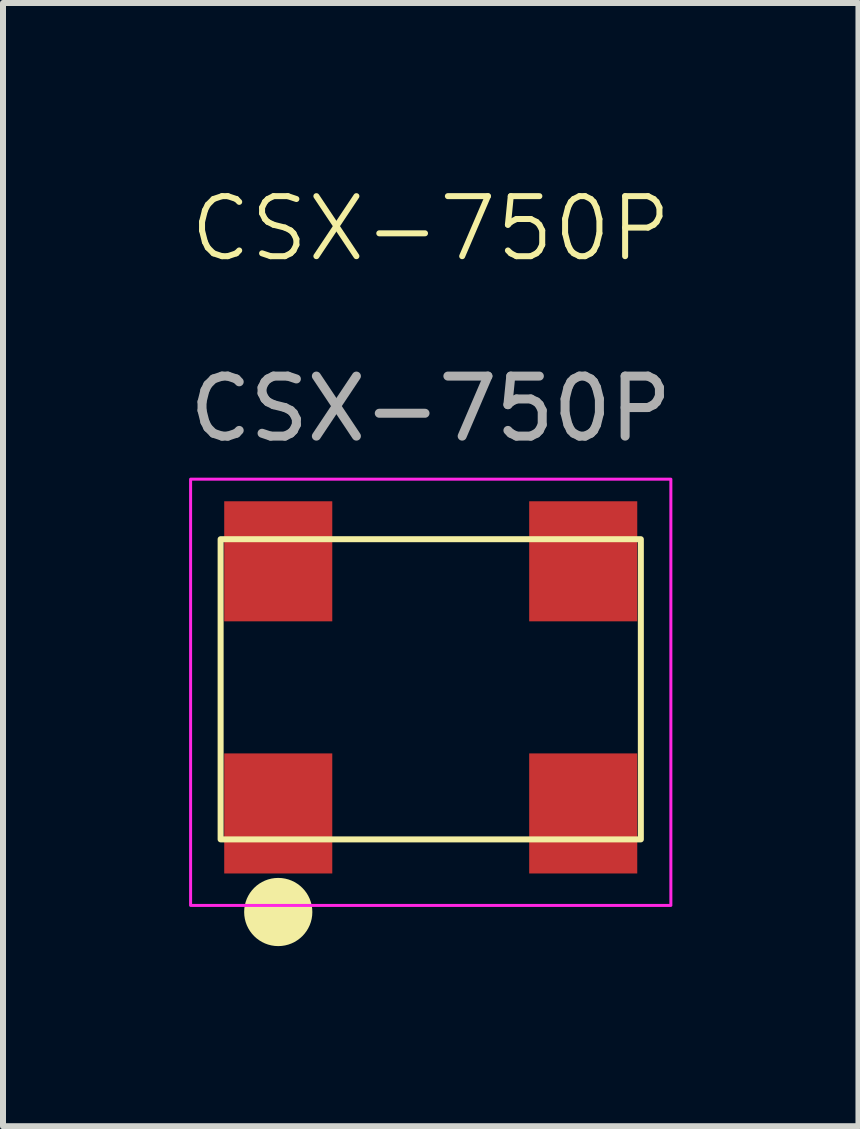
<source format=kicad_pcb>
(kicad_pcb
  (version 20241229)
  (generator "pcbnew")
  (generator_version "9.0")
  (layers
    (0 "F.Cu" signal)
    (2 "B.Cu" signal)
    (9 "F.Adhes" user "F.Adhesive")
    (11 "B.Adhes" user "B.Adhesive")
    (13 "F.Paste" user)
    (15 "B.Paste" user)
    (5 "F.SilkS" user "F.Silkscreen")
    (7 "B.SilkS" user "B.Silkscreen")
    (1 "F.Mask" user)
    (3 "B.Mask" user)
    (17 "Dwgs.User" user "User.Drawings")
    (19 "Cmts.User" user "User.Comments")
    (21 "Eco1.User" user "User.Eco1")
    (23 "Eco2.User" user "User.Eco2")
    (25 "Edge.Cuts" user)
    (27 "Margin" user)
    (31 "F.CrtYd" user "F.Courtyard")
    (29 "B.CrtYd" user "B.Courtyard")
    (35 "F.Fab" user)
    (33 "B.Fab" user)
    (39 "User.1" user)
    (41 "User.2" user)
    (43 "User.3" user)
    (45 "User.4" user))
  (footprint "CSX-750P"
    (layer "F.Cu")
    (at 4.125 8.432)
    (property "Reference" "CSX-750P" (at 0 -7.672 0) (unlocked yes) (layer "F.SilkS") (effects (font (size 1 1) (thickness 0.1))))
    (attr smd)
    (fp_rect (start -3.5 -2.5) (end 3.5 2.5) (stroke (width 0.1) (type default)) (fill no) (layer "F.SilkS"))
    (fp_circle (center -2.54 3.71) (end -1.972 3.71) (stroke (width 0) (type default)) (fill yes) (layer "F.SilkS"))
    (fp_rect (start -4 -3.5) (end 4 3.6) (stroke (width 0.05) (type default)) (fill no) (layer "F.CrtYd"))
    (fp_text user "${REFERENCE}" (at 0 -4.672 0) (unlocked yes) (layer "F.Fab") (effects (font (size 1 1) (thickness 0.15))))
    (pad "1" smd rect (at -2.54 2.068) (size 1.8 2) (layers "F.Cu" "F.Mask" "F.Paste"))
    (pad "2" smd rect (at 2.54 2.068) (size 1.8 2) (layers "F.Cu" "F.Mask" "F.Paste"))
    (pad "3" smd rect (at 2.54 -2.132) (size 1.8 2) (layers "F.Cu" "F.Mask" "F.Paste"))
    (pad "4" smd rect (at -2.54 -2.132) (size 1.8 2) (layers "F.Cu" "F.Mask" "F.Paste")))
  (gr_rect
    (start -3 -3)
    (end 11.25 15.71)
    (stroke (width 0.1) (type default))
    (fill no)
    (layer "Edge.Cuts")))
</source>
